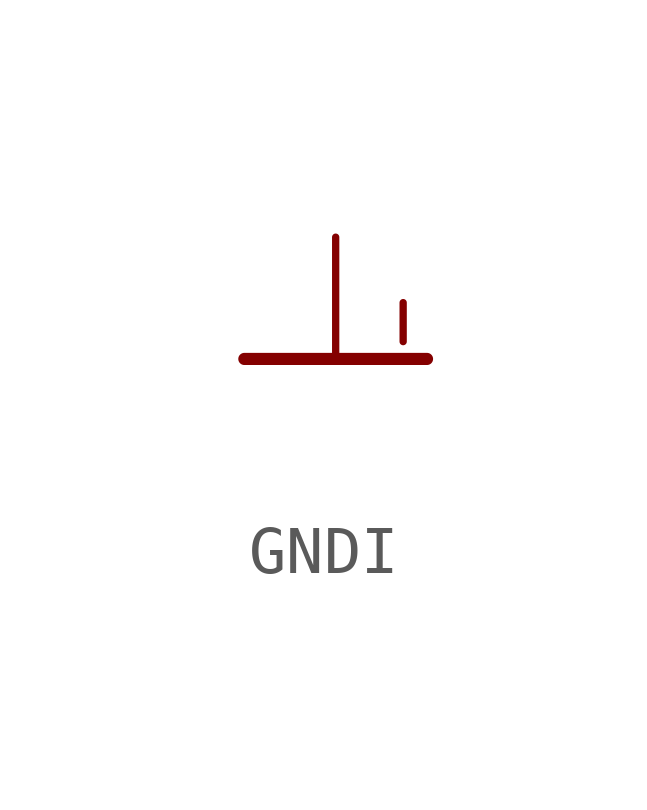
<source format=kicad_sym>
(kicad_symbol_lib
  (version 20241209)
  (generator "kicad_symbol_editor")
  (generator_version "9.0")
  (symbol "GNDI"
    (power)
    (property "Reference" "#GNDI"
      (at 0 0 0)
      (effects (font (size 1.27 1.27)) (hide yes)))
    (property "Value" ""
      (at -2.54 -2.54 0)
      (effects (font (size 1.778 1.511)) (justify left bottom)))
    (property "ki_locked" ""
      (at 0 0 0)
      (effects (font (size 1.27 1.27))))
    (symbol "GNDI_1_0"
      (polyline (pts (xy -1.905 0) (xy 1.905 0)) (stroke (width 0.254) (type solid)) (fill (type none)))
      (text "I" (at 1.143 0.254 0) (effects (font (size 0.813 0.691)) (justify left bottom)))
      (pin power_in line (at 0 2.54 270) (length 2.54) (name "GNDI" (effects (font (size 0 0)))) (number "1" (effects (font (size 0 0))))))))
</source>
